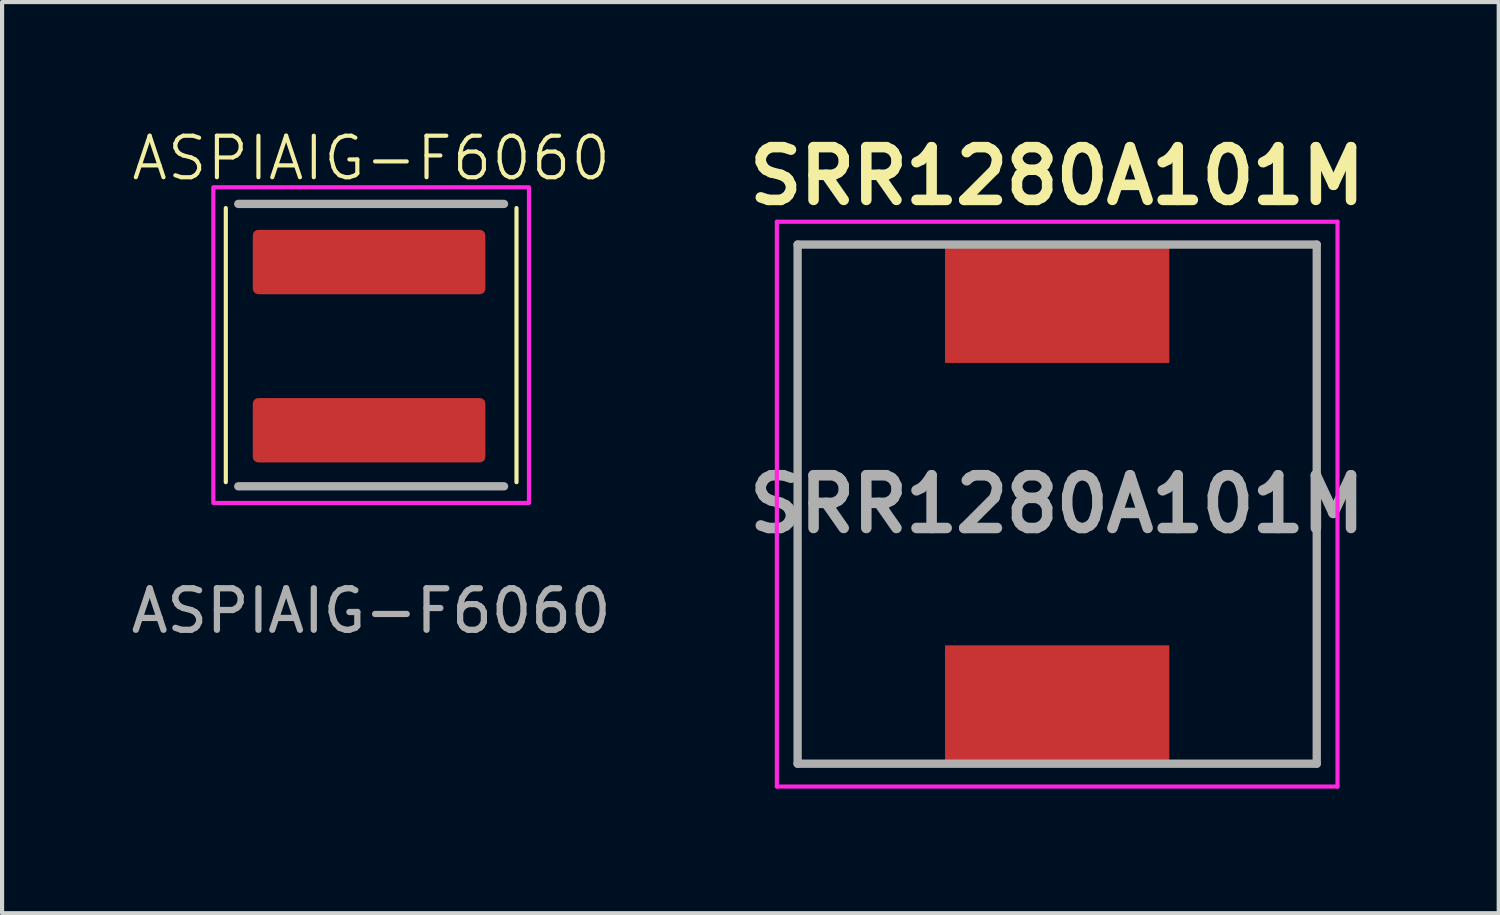
<source format=kicad_pcb>
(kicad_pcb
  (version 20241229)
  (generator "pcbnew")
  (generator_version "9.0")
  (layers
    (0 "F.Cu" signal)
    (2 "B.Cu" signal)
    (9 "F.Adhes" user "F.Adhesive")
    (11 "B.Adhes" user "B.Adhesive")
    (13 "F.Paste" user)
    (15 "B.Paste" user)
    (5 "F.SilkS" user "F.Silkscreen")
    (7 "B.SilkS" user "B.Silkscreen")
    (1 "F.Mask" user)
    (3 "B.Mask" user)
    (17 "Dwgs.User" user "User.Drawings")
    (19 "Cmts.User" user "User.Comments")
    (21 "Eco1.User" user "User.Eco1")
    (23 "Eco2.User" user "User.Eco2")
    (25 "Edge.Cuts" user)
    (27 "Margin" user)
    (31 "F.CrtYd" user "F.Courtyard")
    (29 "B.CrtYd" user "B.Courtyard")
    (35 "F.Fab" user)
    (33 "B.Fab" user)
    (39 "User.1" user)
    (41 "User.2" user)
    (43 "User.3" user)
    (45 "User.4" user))
  (footprint "ASPIAIG-F6060"
    (layer "F.Cu")
    (at 5.887 8.06)
    (property "Reference" "ASPIAIG-F6060" (at 0 -7.3 0) (unlocked yes) (layer "F.SilkS") (effects (font (size 1 1) (thickness 0.1))))
    (attr smd)
    (fp_line (start -3.5 -6.1) (end -3.5 0.5) (stroke (width 0.1) (type solid)) (layer "F.SilkS"))
    (fp_line (start 3.5 -6.1) (end 3.5 0.5) (stroke (width 0.1) (type solid)) (layer "F.SilkS"))
    (fp_rect (start -3.8 -6.6) (end 3.8 1) (stroke (width 0.1) (type default)) (fill no) (layer "F.CrtYd"))
    (fp_line (start -3.2 -6.2) (end 3.2 -6.2) (stroke (width 0.2) (type solid)) (layer "F.Fab"))
    (fp_line (start 3.2 0.6) (end -3.2 0.6) (stroke (width 0.2) (type solid)) (layer "F.Fab"))
    (fp_text user "${REFERENCE}" (at 0 3.6 0) (unlocked yes) (layer "F.Fab") (effects (font (size 1 1) (thickness 0.15))))
    (pad "1" smd roundrect (at -0.05 -4.8 90) (size 1.55 5.6) (layers "F.Cu" "F.Mask" "F.Paste") (roundrect_rratio 0.086))
    (pad "2" smd roundrect (at -0.05 -0.75 90) (size 1.55 5.6) (layers "F.Cu" "F.Mask" "F.Paste") (roundrect_rratio 0.086)))
  (footprint "SRR1280A101M"
    (layer "F.Cu")
    (at 22.406 9.089)
    (property "Reference" "SRR1280A101M" (at 0 -7.9 0) (layer "F.SilkS") (effects (font (size 1.27 1.27) (thickness 0.254))))
    (attr smd)
    (fp_line (start -6.25 -6.25) (end -6.25 6.25) (stroke (width 0.1) (type solid)) (layer "F.SilkS"))
    (fp_line (start 6.25 -6.25) (end 6.25 6.25) (stroke (width 0.1) (type solid)) (layer "F.SilkS"))
    (fp_line (start -6.75 -6.8) (end 6.75 -6.8) (stroke (width 0.1) (type solid)) (layer "F.CrtYd"))
    (fp_line (start -6.75 6.8) (end -6.75 -6.8) (stroke (width 0.1) (type solid)) (layer "F.CrtYd"))
    (fp_line (start 6.75 -6.8) (end 6.75 6.8) (stroke (width 0.1) (type solid)) (layer "F.CrtYd"))
    (fp_line (start 6.75 6.8) (end -6.75 6.8) (stroke (width 0.1) (type solid)) (layer "F.CrtYd"))
    (fp_line (start -6.25 -6.25) (end 6.25 -6.25) (stroke (width 0.2) (type solid)) (layer "F.Fab"))
    (fp_line (start -6.25 6.25) (end -6.25 -6.25) (stroke (width 0.2) (type solid)) (layer "F.Fab"))
    (fp_line (start 6.25 -6.25) (end 6.25 6.25) (stroke (width 0.2) (type solid)) (layer "F.Fab"))
    (fp_line (start 6.25 6.25) (end -6.25 6.25) (stroke (width 0.2) (type solid)) (layer "F.Fab"))
    (fp_text user "${REFERENCE}" (at 0 0 0) (layer "F.Fab") (effects (font (size 1.27 1.27) (thickness 0.254))))
    (pad "1" smd rect (at 0 -4.85 90) (size 2.9 5.4) (layers "F.Cu" "F.Mask" "F.Paste"))
    (pad "2" smd rect (at 0 4.85 90) (size 2.9 5.4) (layers "F.Cu" "F.Mask" "F.Paste")))
  (gr_rect
    (start -3 -3)
    (end 33.038 18.939)
    (stroke (width 0.1) (type default))
    (fill no)
    (layer "Edge.Cuts")))
</source>
